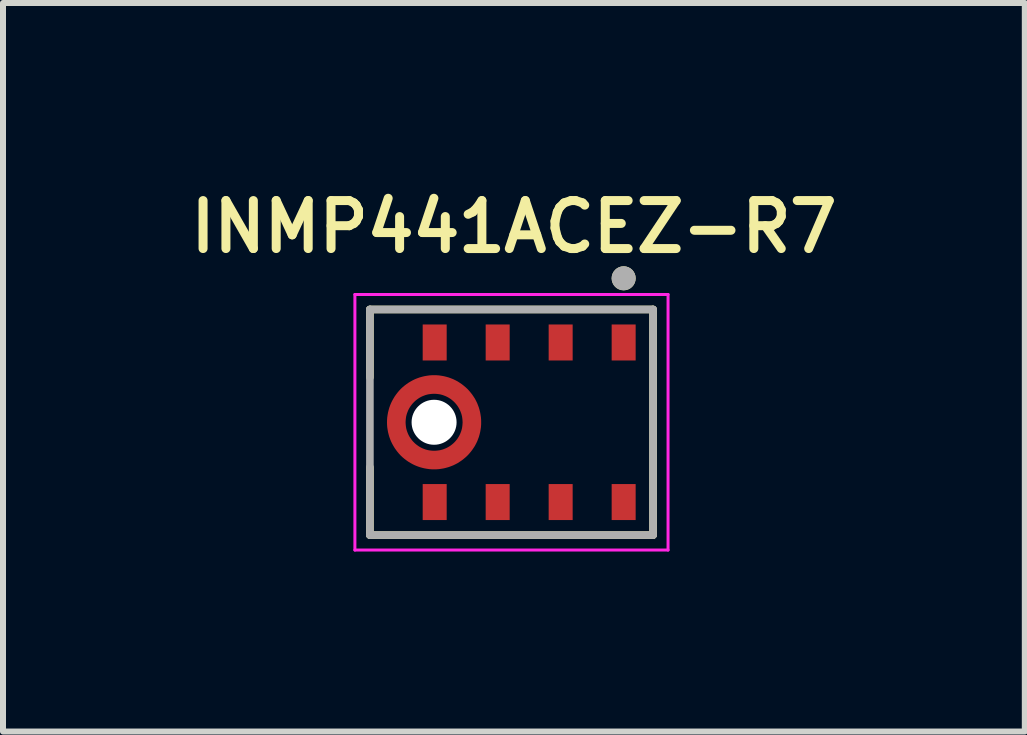
<source format=kicad_pcb>
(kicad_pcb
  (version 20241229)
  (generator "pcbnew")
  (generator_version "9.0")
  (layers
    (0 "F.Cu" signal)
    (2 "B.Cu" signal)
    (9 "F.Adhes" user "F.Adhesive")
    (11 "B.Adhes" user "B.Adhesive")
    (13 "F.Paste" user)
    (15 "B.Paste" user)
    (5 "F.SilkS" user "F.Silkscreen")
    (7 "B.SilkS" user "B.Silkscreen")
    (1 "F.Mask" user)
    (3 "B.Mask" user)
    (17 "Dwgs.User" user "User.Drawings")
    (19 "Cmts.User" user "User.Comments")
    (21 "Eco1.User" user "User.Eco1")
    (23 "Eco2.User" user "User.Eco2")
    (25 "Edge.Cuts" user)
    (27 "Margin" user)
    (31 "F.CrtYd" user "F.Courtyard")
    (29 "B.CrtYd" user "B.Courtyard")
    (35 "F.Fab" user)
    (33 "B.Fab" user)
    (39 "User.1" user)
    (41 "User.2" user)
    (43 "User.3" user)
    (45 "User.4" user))
  (footprint "INMP441ACEZ-R7"
    (layer "F.Cu")
    (at 5.476 3.989)
    (property "Reference" "INMP441ACEZ-R7" (at 0.04 -3.258 0) (layer "F.SilkS") (effects (font (size 0.8 0.8) (thickness 0.15))))
    (attr smd)
    (fp_circle (center -1.29 0) (end -0.85 0) (stroke (width 0.88) (type solid)) (fill no) (layer "F.Mask"))
    (fp_line (start -2.36 -1.88) (end -2.36 -0.75) (stroke (width 0.127) (type solid)) (layer "F.SilkS"))
    (fp_line (start -2.36 0.75) (end -2.36 1.88) (stroke (width 0.127) (type solid)) (layer "F.SilkS"))
    (fp_line (start 2.36 -1.88) (end -2.36 -1.88) (stroke (width 0.127) (type solid)) (layer "F.SilkS"))
    (fp_line (start 2.36 -1.88) (end 2.36 1.88) (stroke (width 0.127) (type solid)) (layer "F.SilkS"))
    (fp_line (start 2.36 1.88) (end -2.36 1.88) (stroke (width 0.127) (type solid)) (layer "F.SilkS"))
    (fp_circle (center 1.87 -2.4) (end 1.97 -2.4) (stroke (width 0.2) (type solid)) (fill no) (layer "F.SilkS"))
    (fp_poly (pts (xy -1.455 -1.605) (xy -1.105 -1.605) (xy -1.105 -1.055) (xy -1.455 -1.055)) (stroke (width 0.01) (type solid)) (fill yes) (layer "F.Paste"))
    (fp_poly (pts (xy -1.455 1.055) (xy -1.105 1.055) (xy -1.105 1.605) (xy -1.455 1.605)) (stroke (width 0.01) (type solid)) (fill yes) (layer "F.Paste"))
    (fp_poly (pts (xy -0.405 -1.605) (xy -0.055 -1.605) (xy -0.055 -1.055) (xy -0.405 -1.055)) (stroke (width 0.01) (type solid)) (fill yes) (layer "F.Paste"))
    (fp_poly (pts (xy -0.405 1.055) (xy -0.055 1.055) (xy -0.055 1.605) (xy -0.405 1.605)) (stroke (width 0.01) (type solid)) (fill yes) (layer "F.Paste"))
    (fp_poly (pts (xy 0.645 -1.605) (xy 0.995 -1.605) (xy 0.995 -1.055) (xy 0.645 -1.055)) (stroke (width 0.01) (type solid)) (fill yes) (layer "F.Paste"))
    (fp_poly (pts (xy 0.645 1.055) (xy 0.995 1.055) (xy 0.995 1.605) (xy 0.645 1.605)) (stroke (width 0.01) (type solid)) (fill yes) (layer "F.Paste"))
    (fp_poly (pts (xy 1.695 -1.605) (xy 2.045 -1.605) (xy 2.045 -1.055) (xy 1.695 -1.055)) (stroke (width 0.01) (type solid)) (fill yes) (layer "F.Paste"))
    (fp_poly (pts (xy 1.695 1.055) (xy 2.045 1.055) (xy 2.045 1.605) (xy 1.695 1.605)) (stroke (width 0.01) (type solid)) (fill yes) (layer "F.Paste"))
    (fp_poly (pts (xy -1.661 0.371) (xy -1.641 0.391) (xy -1.622 0.407) (xy -1.603 0.422) (xy -1.584 0.436) (xy -1.563 0.449) (xy -1.543 0.461) (xy -1.521 0.473) (xy -1.499 0.483) (xy -1.477 0.492) (xy -1.454 0.5) (xy -1.431 0.507) (xy -1.407 0.513) (xy -1.384 0.518) (xy -1.36 0.522) (xy -1.336 0.525) (xy -1.312 0.526) (xy -1.288 0.527) (xy -1.263 0.526) (xy -1.239 0.524) (xy -1.215 0.521) (xy -1.191 0.517) (xy -1.168 0.512) (xy -1.144 0.506) (xy -1.121 0.498) (xy -1.099 0.49) (xy -1.076 0.48) (xy -1.055 0.47) (xy -1.033 0.459) (xy -1.013 0.446) (xy -0.996 0.435) (xy -0.799 0.632) (xy -0.829 0.654) (xy -0.861 0.676) (xy -0.894 0.696) (xy -0.928 0.714) (xy -0.963 0.731) (xy -0.999 0.745) (xy -1.035 0.759) (xy -1.072 0.77) (xy -1.109 0.78) (xy -1.147 0.788) (xy -1.185 0.794) (xy -1.223 0.798) (xy -1.262 0.8) (xy -1.3 0.8) (xy -1.339 0.799) (xy -1.377 0.796) (xy -1.415 0.791) (xy -1.453 0.784) (xy -1.491 0.775) (xy -1.528 0.764) (xy -1.565 0.752) (xy -1.6 0.738) (xy -1.636 0.722) (xy -1.67 0.704) (xy -1.703 0.685) (xy -1.736 0.664) (xy -1.767 0.642) (xy -1.798 0.618) (xy -1.827 0.593) (xy -1.856 0.566) (xy -1.883 0.537) (xy -1.908 0.508) (xy -1.932 0.477) (xy -1.954 0.446) (xy -1.975 0.413) (xy -1.994 0.38) (xy -2.012 0.346) (xy -2.028 0.31) (xy -2.042 0.275) (xy -2.054 0.238) (xy -2.065 0.201) (xy -2.074 0.163) (xy -2.081 0.125) (xy -2.086 0.087) (xy -2.089 0.049) (xy -2.09 0.01) (xy -2.09 -0.028) (xy -2.088 -0.067) (xy -2.084 -0.105) (xy -2.078 -0.143) (xy -2.07 -0.181) (xy -2.06 -0.218) (xy -2.049 -0.255) (xy -2.035 -0.291) (xy -2.021 -0.327) (xy -2.004 -0.362) (xy -1.986 -0.396) (xy -1.966 -0.429) (xy -1.944 -0.461) (xy -1.922 -0.491) (xy -1.725 -0.294) (xy -1.736 -0.277) (xy -1.749 -0.257) (xy -1.76 -0.235) (xy -1.77 -0.214) (xy -1.78 -0.191) (xy -1.788 -0.169) (xy -1.796 -0.146) (xy -1.802 -0.122) (xy -1.807 -0.099) (xy -1.811 -0.075) (xy -1.814 -0.051) (xy -1.816 -0.027) (xy -1.817 -0.002) (xy -1.816 0.022) (xy -1.815 0.046) (xy -1.812 0.07) (xy -1.808 0.094) (xy -1.803 0.117) (xy -1.797 0.141) (xy -1.79 0.164) (xy -1.782 0.187) (xy -1.773 0.209) (xy -1.763 0.231) (xy -1.751 0.253) (xy -1.739 0.273) (xy -1.726 0.294) (xy -1.712 0.313) (xy -1.697 0.332) (xy -1.681 0.351) (xy -1.661 0.371) (xy -1.661 0.371)) (stroke (width 0.01) (type solid)) (fill yes) (layer "F.Paste"))
    (fp_poly (pts (xy -0.919 -0.371) (xy -0.939 -0.391) (xy -0.958 -0.407) (xy -0.977 -0.422) (xy -0.996 -0.436) (xy -1.017 -0.449) (xy -1.037 -0.461) (xy -1.059 -0.473) (xy -1.081 -0.483) (xy -1.103 -0.492) (xy -1.126 -0.5) (xy -1.149 -0.507) (xy -1.173 -0.513) (xy -1.196 -0.518) (xy -1.22 -0.522) (xy -1.244 -0.525) (xy -1.268 -0.526) (xy -1.292 -0.527) (xy -1.317 -0.526) (xy -1.341 -0.524) (xy -1.365 -0.521) (xy -1.389 -0.517) (xy -1.412 -0.512) (xy -1.436 -0.506) (xy -1.459 -0.498) (xy -1.481 -0.49) (xy -1.504 -0.48) (xy -1.525 -0.47) (xy -1.547 -0.459) (xy -1.567 -0.446) (xy -1.584 -0.435) (xy -1.781 -0.632) (xy -1.751 -0.654) (xy -1.719 -0.676) (xy -1.686 -0.696) (xy -1.652 -0.714) (xy -1.617 -0.731) (xy -1.581 -0.745) (xy -1.545 -0.759) (xy -1.508 -0.77) (xy -1.471 -0.78) (xy -1.433 -0.788) (xy -1.395 -0.794) (xy -1.357 -0.798) (xy -1.318 -0.8) (xy -1.28 -0.8) (xy -1.241 -0.799) (xy -1.203 -0.796) (xy -1.165 -0.791) (xy -1.127 -0.784) (xy -1.089 -0.775) (xy -1.052 -0.764) (xy -1.015 -0.752) (xy -0.98 -0.738) (xy -0.944 -0.722) (xy -0.91 -0.704) (xy -0.877 -0.685) (xy -0.844 -0.664) (xy -0.813 -0.642) (xy -0.782 -0.618) (xy -0.753 -0.593) (xy -0.724 -0.566) (xy -0.697 -0.537) (xy -0.672 -0.508) (xy -0.648 -0.477) (xy -0.626 -0.446) (xy -0.605 -0.413) (xy -0.586 -0.38) (xy -0.568 -0.346) (xy -0.552 -0.31) (xy -0.538 -0.275) (xy -0.526 -0.238) (xy -0.515 -0.201) (xy -0.506 -0.163) (xy -0.499 -0.125) (xy -0.494 -0.087) (xy -0.491 -0.049) (xy -0.49 -0.01) (xy -0.49 0.028) (xy -0.492 0.067) (xy -0.496 0.105) (xy -0.502 0.143) (xy -0.51 0.181) (xy -0.52 0.218) (xy -0.531 0.255) (xy -0.545 0.291) (xy -0.559 0.327) (xy -0.576 0.362) (xy -0.594 0.396) (xy -0.614 0.429) (xy -0.636 0.461) (xy -0.658 0.491) (xy -0.855 0.294) (xy -0.844 0.277) (xy -0.831 0.257) (xy -0.82 0.235) (xy -0.81 0.214) (xy -0.8 0.191) (xy -0.792 0.169) (xy -0.784 0.146) (xy -0.778 0.122) (xy -0.773 0.099) (xy -0.769 0.075) (xy -0.766 0.051) (xy -0.764 0.027) (xy -0.763 0.002) (xy -0.764 -0.022) (xy -0.765 -0.046) (xy -0.768 -0.07) (xy -0.772 -0.094) (xy -0.777 -0.117) (xy -0.783 -0.141) (xy -0.79 -0.164) (xy -0.798 -0.187) (xy -0.807 -0.209) (xy -0.817 -0.231) (xy -0.829 -0.253) (xy -0.841 -0.273) (xy -0.854 -0.294) (xy -0.868 -0.313) (xy -0.883 -0.332) (xy -0.899 -0.351) (xy -0.919 -0.371) (xy -0.919 -0.371)) (stroke (width 0.01) (type solid)) (fill yes) (layer "F.Paste"))
    (fp_line (start -2.61 -2.13) (end -2.61 2.13) (stroke (width 0.05) (type solid)) (layer "F.CrtYd"))
    (fp_line (start 2.61 -2.13) (end -2.61 -2.13) (stroke (width 0.05) (type solid)) (layer "F.CrtYd"))
    (fp_line (start 2.61 -2.13) (end 2.61 2.13) (stroke (width 0.05) (type solid)) (layer "F.CrtYd"))
    (fp_line (start 2.61 2.13) (end -2.61 2.13) (stroke (width 0.05) (type solid)) (layer "F.CrtYd"))
    (fp_line (start -2.36 -1.88) (end -2.36 1.88) (stroke (width 0.127) (type solid)) (layer "F.Fab"))
    (fp_line (start 2.36 -1.88) (end -2.36 -1.88) (stroke (width 0.127) (type solid)) (layer "F.Fab"))
    (fp_line (start 2.36 -1.88) (end 2.36 1.88) (stroke (width 0.127) (type solid)) (layer "F.Fab"))
    (fp_line (start 2.36 1.88) (end -2.36 1.88) (stroke (width 0.127) (type solid)) (layer "F.Fab"))
    (fp_circle (center 1.87 -2.4) (end 1.97 -2.4) (stroke (width 0.2) (type solid)) (fill no) (layer "F.Fab"))
    (pad "" np_thru_hole circle (at -1.29 0) (size 0.75 0.75) (drill 0.75) (layers "*.Cu" "*.Mask"))
    (pad "1" smd rect (at 1.87 -1.33) (size 0.4 0.6) (layers "F.Cu" "F.Mask"))
    (pad "2" smd rect (at 0.82 -1.33) (size 0.4 0.6) (layers "F.Cu" "F.Mask"))
    (pad "3" smd rect (at -0.23 -1.33) (size 0.4 0.6) (layers "F.Cu" "F.Mask"))
    (pad "4" smd rect (at -1.28 -1.33) (size 0.4 0.6) (layers "F.Cu" "F.Mask"))
    (pad "5" smd custom (at -1.92 0) (size 0.1 0.1) (layers "F.Cu") (options (anchor rect)) (primitives (gr_poly (pts (xy 1.41 -0.003) (xy 1.11 -0.003) (xy 1.109 -0.026) (xy 1.107 -0.051) (xy 1.104 -0.076) (xy 1.1 -0.101) (xy 1.094 -0.125) (xy 1.087 -0.149) (xy 1.078 -0.173) (xy 1.069 -0.196) (xy 1.058 -0.219) (xy 1.046 -0.241) (xy 1.033 -0.262) (xy 1.019 -0.283) (xy 1.003 -0.303) (xy 0.987 -0.322) (xy 0.97 -0.34) (xy 0.952 -0.357) (xy 0.933 -0.373) (xy 0.913 -0.389) (xy 0.892 -0.403) (xy 0.871 -0.416) (xy 0.849 -0.428) (xy 0.826 -0.439) (xy 0.803 -0.448) (xy 0.779 -0.457) (xy 0.755 -0.464) (xy 0.731 -0.47) (xy 0.706 -0.474) (xy 0.681 -0.477) (xy 0.656 -0.479) (xy 0.63 -0.48) (xy 0.605 -0.479) (xy 0.58 -0.477) (xy 0.555 -0.474) (xy 0.53 -0.47) (xy 0.506 -0.464) (xy 0.482 -0.457) (xy 0.458 -0.448) (xy 0.435 -0.439) (xy 0.412 -0.428) (xy 0.39 -0.416) (xy 0.369 -0.403) (xy 0.348 -0.388) (xy 0.328 -0.373) (xy 0.309 -0.357) (xy 0.291 -0.339) (xy 0.273 -0.321) (xy 0.257 -0.302) (xy 0.242 -0.282) (xy 0.227 -0.261) (xy 0.214 -0.24) (xy 0.202 -0.218) (xy 0.191 -0.195) (xy 0.182 -0.172) (xy 0.173 -0.148) (xy 0.166 -0.124) (xy 0.16 -0.1) (xy 0.156 -0.075) (xy 0.153 -0.05) (xy 0.151 -0.025) (xy 0.15 0) (xy 0.151 0.025) (xy 0.153 0.05) (xy 0.156 0.075) (xy 0.16 0.1) (xy 0.166 0.124) (xy 0.173 0.148) (xy 0.182 0.172) (xy 0.191 0.195) (xy 0.202 0.218) (xy 0.214 0.24) (xy 0.227 0.261) (xy 0.242 0.282) (xy 0.257 0.302) (xy 0.273 0.321) (xy 0.291 0.339) (xy 0.309 0.357) (xy 0.328 0.373) (xy 0.348 0.388) (xy 0.369 0.403) (xy 0.39 0.416) (xy 0.412 0.428) (xy 0.435 0.439) (xy 0.458 0.448) (xy 0.482 0.457) (xy 0.506 0.464) (xy 0.53 0.47) (xy 0.555 0.474) (xy 0.58 0.477) (xy 0.605 0.479) (xy 0.63 0.48) (xy 0.656 0.479) (xy 0.681 0.477) (xy 0.706 0.474) (xy 0.731 0.47) (xy 0.755 0.464) (xy 0.779 0.457) (xy 0.803 0.448) (xy 0.826 0.439) (xy 0.849 0.428) (xy 0.871 0.416) (xy 0.892 0.403) (xy 0.913 0.389) (xy 0.933 0.373) (xy 0.952 0.357) (xy 0.97 0.34) (xy 0.987 0.322) (xy 1.003 0.303) (xy 1.019 0.283) (xy 1.033 0.262) (xy 1.046 0.241) (xy 1.058 0.219) (xy 1.069 0.196) (xy 1.078 0.173) (xy 1.087 0.149) (xy 1.094 0.125) (xy 1.1 0.101) (xy 1.104 0.076) (xy 1.107 0.051) (xy 1.109 0.026) (xy 1.11 0.003) (xy 1.41 0.003) (xy 1.409 0.042) (xy 1.406 0.083) (xy 1.4 0.123) (xy 1.393 0.163) (xy 1.383 0.203) (xy 1.372 0.242) (xy 1.358 0.28) (xy 1.343 0.318) (xy 1.325 0.355) (xy 1.306 0.391) (xy 1.284 0.425) (xy 1.261 0.459) (xy 1.236 0.491) (xy 1.21 0.522) (xy 1.182 0.552) (xy 1.152 0.58) (xy 1.121 0.606) (xy 1.089 0.631) (xy 1.055 0.654) (xy 1.021 0.676) (xy 0.985 0.695) (xy 0.948 0.713) (xy 0.91 0.728) (xy 0.872 0.742) (xy 0.833 0.753) (xy 0.793 0.763) (xy 0.753 0.77) (xy 0.713 0.776) (xy 0.672 0.779) (xy 0.63 0.78) (xy 0.589 0.779) (xy 0.548 0.776) (xy 0.508 0.77) (xy 0.468 0.763) (xy 0.428 0.753) (xy 0.389 0.742) (xy 0.35 0.728) (xy 0.313 0.713) (xy 0.276 0.695) (xy 0.24 0.675) (xy 0.205 0.654) (xy 0.172 0.631) (xy 0.139 0.606) (xy 0.108 0.58) (xy 0.078 0.552) (xy 0.05 0.522) (xy 0.024 0.491) (xy -0.001 0.458) (xy -0.024 0.425) (xy -0.045 0.39) (xy -0.065 0.354) (xy -0.083 0.317) (xy -0.098 0.28) (xy -0.112 0.241) (xy -0.123 0.202) (xy -0.133 0.162) (xy -0.14 0.122) (xy -0.146 0.082) (xy -0.149 0.041) (xy -0.15 0) (xy -0.149 -0.041) (xy -0.146 -0.082) (xy -0.14 -0.122) (xy -0.133 -0.162) (xy -0.123 -0.202) (xy -0.112 -0.241) (xy -0.098 -0.28) (xy -0.083 -0.317) (xy -0.065 -0.354) (xy -0.045 -0.39) (xy -0.024 -0.425) (xy -0.001 -0.458) (xy 0.024 -0.491) (xy 0.05 -0.522) (xy 0.078 -0.552) (xy 0.108 -0.58) (xy 0.139 -0.606) (xy 0.172 -0.631) (xy 0.205 -0.654) (xy 0.24 -0.675) (xy 0.276 -0.695) (xy 0.313 -0.713) (xy 0.35 -0.728) (xy 0.389 -0.742) (xy 0.428 -0.753) (xy 0.468 -0.763) (xy 0.508 -0.77) (xy 0.548 -0.776) (xy 0.589 -0.779) (xy 0.63 -0.78) (xy 0.672 -0.779) (xy 0.713 -0.776) (xy 0.753 -0.77) (xy 0.793 -0.763) (xy 0.833 -0.753) (xy 0.872 -0.742) (xy 0.91 -0.728) (xy 0.948 -0.713) (xy 0.985 -0.695) (xy 1.021 -0.676) (xy 1.055 -0.654) (xy 1.089 -0.631) (xy 1.121 -0.606) (xy 1.152 -0.58) (xy 1.182 -0.552) (xy 1.21 -0.522) (xy 1.236 -0.491) (xy 1.261 -0.459) (xy 1.284 -0.425) (xy 1.306 -0.391) (xy 1.325 -0.355) (xy 1.343 -0.318) (xy 1.358 -0.28) (xy 1.372 -0.242) (xy 1.383 -0.203) (xy 1.393 -0.163) (xy 1.4 -0.123) (xy 1.406 -0.083) (xy 1.409 -0.042) (xy 1.41 -0.003) (xy 1.41 -0.003)) (width 0.01) (fill yes))))
    (pad "6" smd rect (at -1.28 1.33) (size 0.4 0.6) (layers "F.Cu" "F.Mask"))
    (pad "7" smd rect (at -0.23 1.33) (size 0.4 0.6) (layers "F.Cu" "F.Mask"))
    (pad "8" smd rect (at 0.82 1.33) (size 0.4 0.6) (layers "F.Cu" "F.Mask"))
    (pad "9" smd rect (at 1.87 1.33) (size 0.4 0.6) (layers "F.Cu" "F.Mask")))
  (gr_rect
    (start -3 -3)
    (end 14.033 9.144)
    (stroke (width 0.1) (type default))
    (fill no)
    (layer "Edge.Cuts")))
</source>
